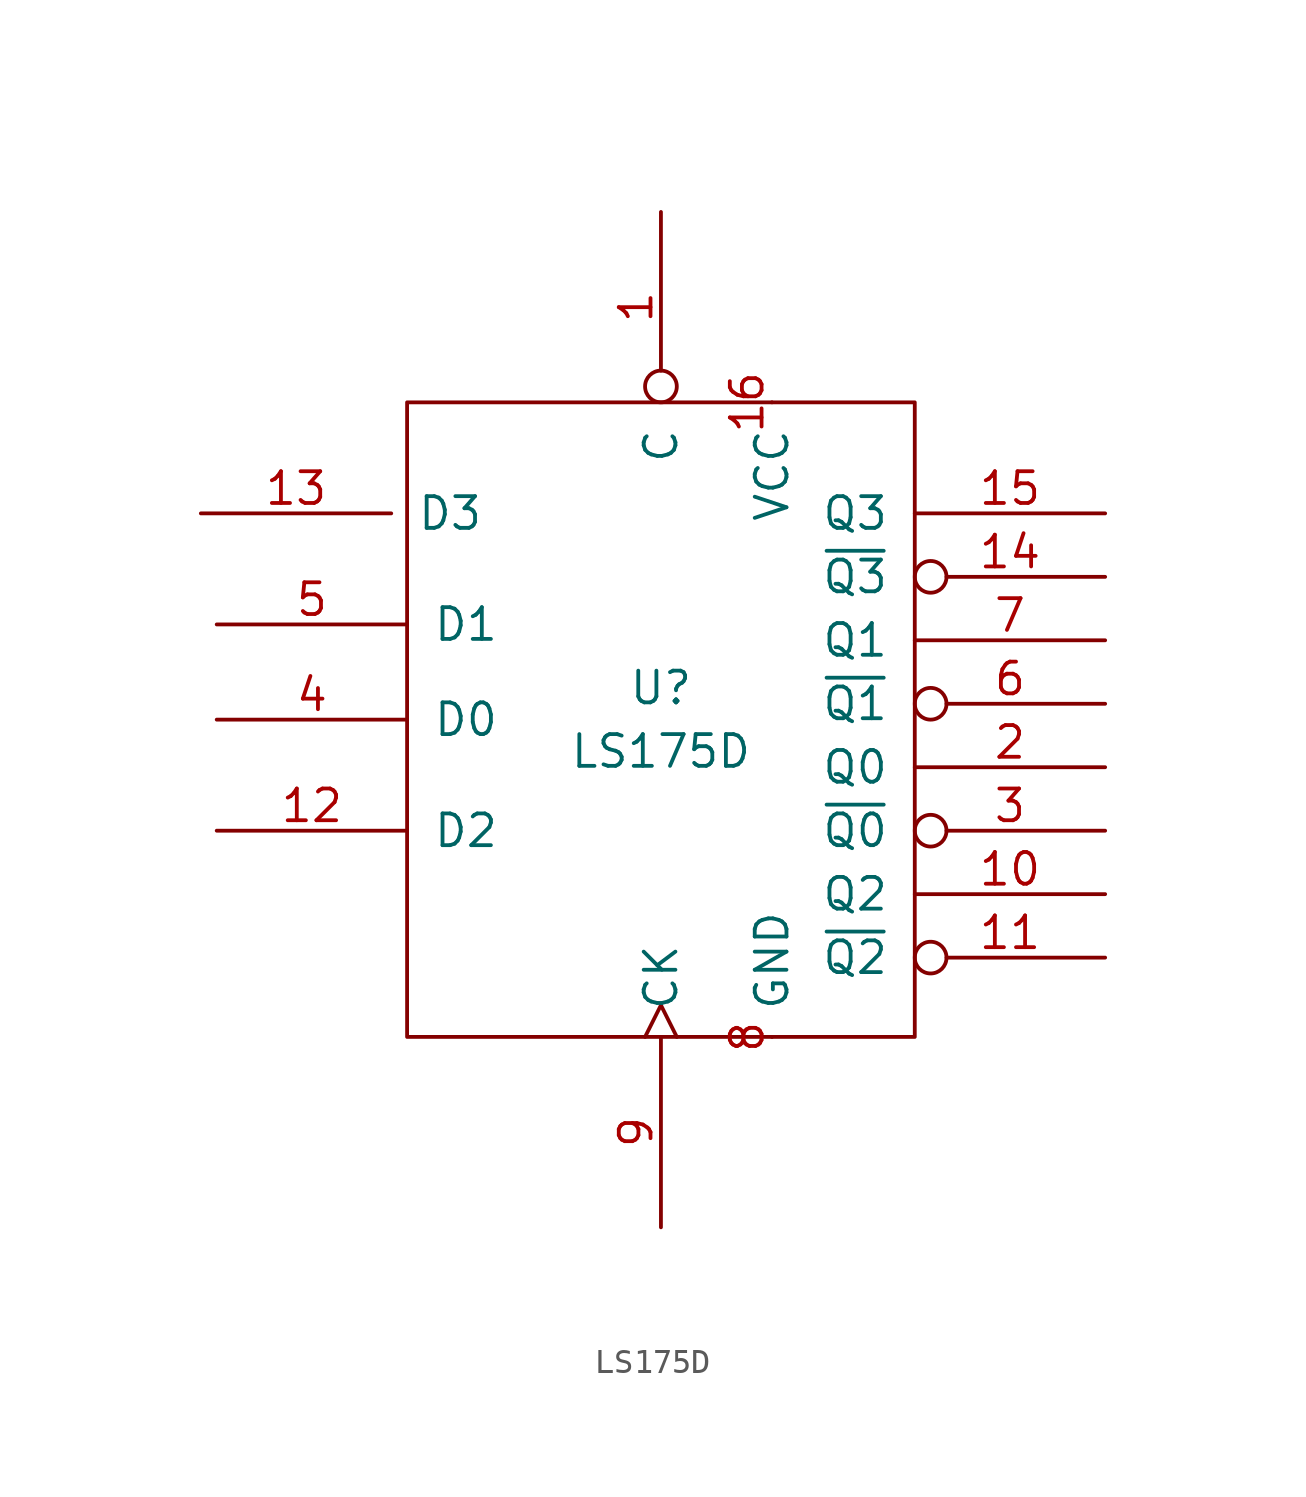
<source format=kicad_sym>
(kicad_symbol_lib
  (version 20211014)
  (generator kicad_symbol_editor)
  (symbol "LS175D"
    (pin_names
      (offset 1.016))
    (property "Reference" "U"
      (at 0 1.27 0)
      (effects (font (size 1.27 1.27))))
    (property "Value" "LS175D"
      (at 0 -1.27 0)
      (effects (font (size 1.27 1.27))))
    (symbol "LS175D_1_1"
      (rectangle (start -10.16 12.7) (end 10.16 -12.7) (stroke (width 0) (type default) (color 0 0 0 0)) (fill (type none)))
      (pin input inverted (at 0 20.32 270) (length 7.62) (name "C" (effects (font (size 1.27 1.27)))) (number "1" (effects (font (size 1.27 1.27)))))
      (pin output line (at 17.78 -6.985 180) (length 7.62) (name "Q2" (effects (font (size 1.27 1.27)))) (number "10" (effects (font (size 1.27 1.27)))))
      (pin output inverted (at 17.78 -9.525 180) (length 7.62) (name "~{Q2}" (effects (font (size 1.27 1.27)))) (number "11" (effects (font (size 1.27 1.27)))))
      (pin input line (at -17.78 -4.445 0) (length 7.62) (name "D2" (effects (font (size 1.27 1.27)))) (number "12" (effects (font (size 1.27 1.27)))))
      (pin input line (at -18.415 8.255 0) (length 7.62) (name "D3" (effects (font (size 1.27 1.27)))) (number "13" (effects (font (size 1.27 1.27)))))
      (pin output inverted (at 17.78 5.715 180) (length 7.62) (name "~{Q3}" (effects (font (size 1.27 1.27)))) (number "14" (effects (font (size 1.27 1.27)))))
      (pin output line (at 17.78 8.255 180) (length 7.62) (name "Q3" (effects (font (size 1.27 1.27)))) (number "15" (effects (font (size 1.27 1.27)))))
      (pin power_in line (at 4.445 12.7 270) (length 0) (name "VCC" (effects (font (size 1.27 1.27)))) (number "16" (effects (font (size 1.27 1.27)))))
      (pin output line (at 17.78 -1.905 180) (length 7.62) (name "Q0" (effects (font (size 1.27 1.27)))) (number "2" (effects (font (size 1.27 1.27)))))
      (pin output inverted (at 17.78 -4.445 180) (length 7.62) (name "~{Q0}" (effects (font (size 1.27 1.27)))) (number "3" (effects (font (size 1.27 1.27)))))
      (pin input line (at -17.78 0 0) (length 7.62) (name "D0" (effects (font (size 1.27 1.27)))) (number "4" (effects (font (size 1.27 1.27)))))
      (pin input line (at -17.78 3.81 0) (length 7.62) (name "D1" (effects (font (size 1.27 1.27)))) (number "5" (effects (font (size 1.27 1.27)))))
      (pin output inverted (at 17.78 0.635 180) (length 7.62) (name "~{Q1}" (effects (font (size 1.27 1.27)))) (number "6" (effects (font (size 1.27 1.27)))))
      (pin output line (at 17.78 3.175 180) (length 7.62) (name "Q1" (effects (font (size 1.27 1.27)))) (number "7" (effects (font (size 1.27 1.27)))))
      (pin power_in line (at 4.445 -12.7 90) (length 0) (name "GND" (effects (font (size 1.27 1.27)))) (number "8" (effects (font (size 1.27 1.27)))))
      (pin input clock (at 0 -20.32 90) (length 7.62) (name "CK" (effects (font (size 1.27 1.27)))) (number "9" (effects (font (size 1.27 1.27))))))))
</source>
